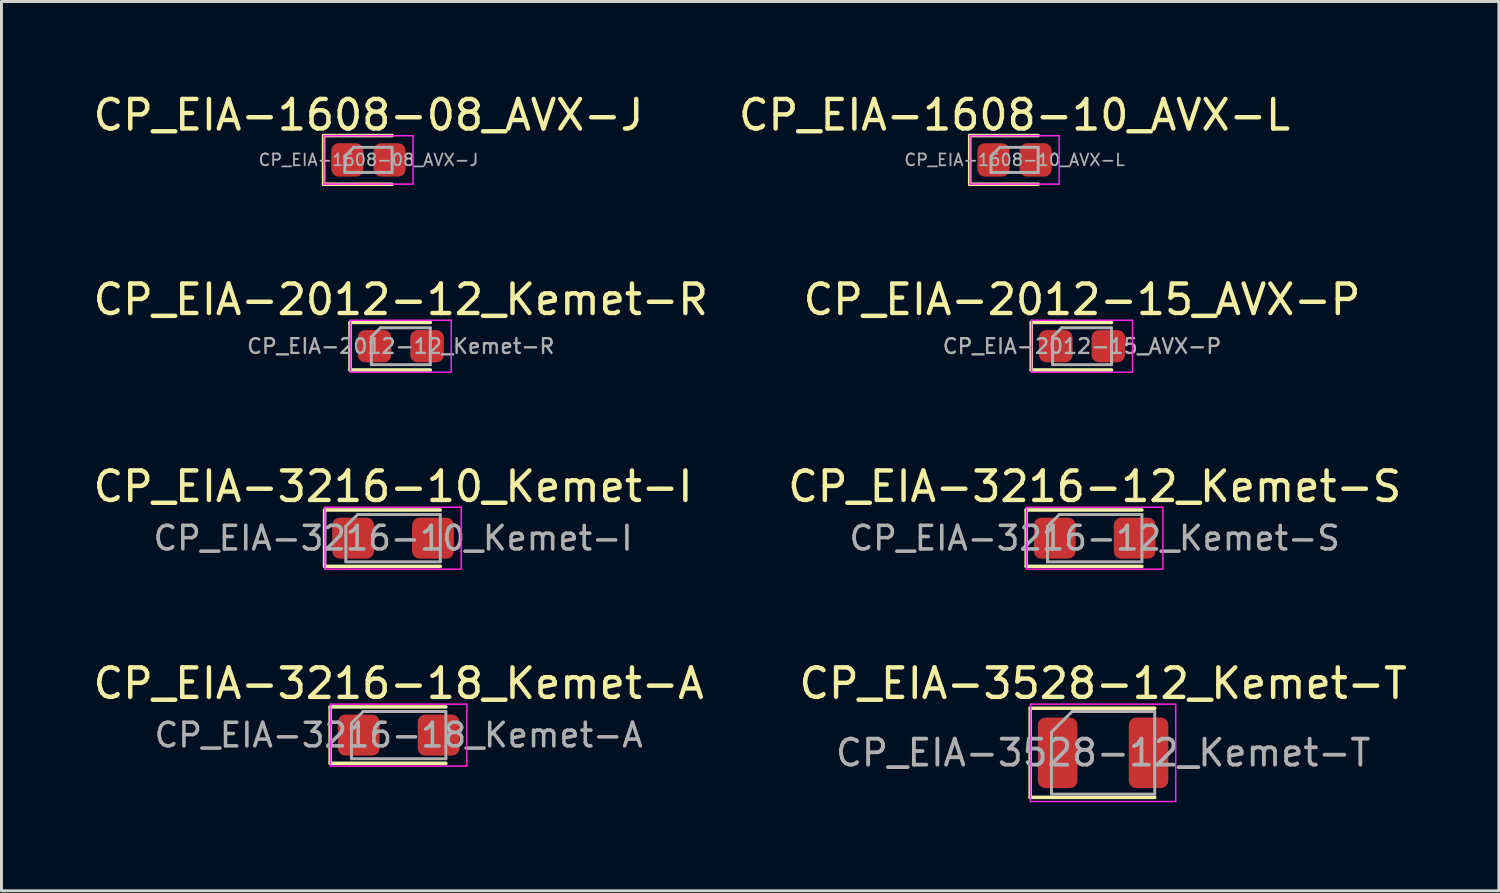
<source format=kicad_pcb>
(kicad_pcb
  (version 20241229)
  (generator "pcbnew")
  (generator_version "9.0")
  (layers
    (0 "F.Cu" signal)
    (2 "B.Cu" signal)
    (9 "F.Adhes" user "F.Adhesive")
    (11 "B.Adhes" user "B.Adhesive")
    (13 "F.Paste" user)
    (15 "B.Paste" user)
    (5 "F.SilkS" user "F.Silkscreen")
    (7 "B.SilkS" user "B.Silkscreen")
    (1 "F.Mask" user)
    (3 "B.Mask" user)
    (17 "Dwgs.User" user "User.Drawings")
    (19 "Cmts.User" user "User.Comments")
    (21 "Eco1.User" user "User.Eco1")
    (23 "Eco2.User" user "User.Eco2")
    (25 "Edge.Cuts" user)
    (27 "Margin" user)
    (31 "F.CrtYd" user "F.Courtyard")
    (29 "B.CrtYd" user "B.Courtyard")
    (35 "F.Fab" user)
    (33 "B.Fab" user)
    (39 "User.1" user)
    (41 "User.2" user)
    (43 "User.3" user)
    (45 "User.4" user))
  (footprint "CP_EIA-1608-10_AVX-L"
    (layer "F.Cu")
    (at 31.327 2.368)
    (property "Reference" "CP_EIA-1608-10_AVX-L" (at 0 -1.52 0) (layer "F.SilkS") (effects (font (size 1 1) (thickness 0.15))))
    (attr smd)
    (fp_line (start -1.52 -0.825) (end -1.52 0.825) (stroke (width 0.12) (type solid)) (layer "F.SilkS"))
    (fp_line (start -1.52 0.825) (end 0.8 0.825) (stroke (width 0.12) (type solid)) (layer "F.SilkS"))
    (fp_line (start 0.8 -0.825) (end -1.52 -0.825) (stroke (width 0.12) (type solid)) (layer "F.SilkS"))
    (fp_line (start -1.51 -0.82) (end 1.51 -0.82) (stroke (width 0.05) (type solid)) (layer "F.CrtYd"))
    (fp_line (start -1.51 0.82) (end -1.51 -0.82) (stroke (width 0.05) (type solid)) (layer "F.CrtYd"))
    (fp_line (start 1.51 -0.82) (end 1.51 0.82) (stroke (width 0.05) (type solid)) (layer "F.CrtYd"))
    (fp_line (start 1.51 0.82) (end -1.51 0.82) (stroke (width 0.05) (type solid)) (layer "F.CrtYd"))
    (fp_line (start -0.8 -0.125) (end -0.8 0.425) (stroke (width 0.1) (type solid)) (layer "F.Fab"))
    (fp_line (start -0.8 0.425) (end 0.8 0.425) (stroke (width 0.1) (type solid)) (layer "F.Fab"))
    (fp_line (start -0.5 -0.425) (end -0.8 -0.125) (stroke (width 0.1) (type solid)) (layer "F.Fab"))
    (fp_line (start 0.8 -0.425) (end -0.5 -0.425) (stroke (width 0.1) (type solid)) (layer "F.Fab"))
    (fp_line (start 0.8 0.425) (end 0.8 -0.425) (stroke (width 0.1) (type solid)) (layer "F.Fab"))
    (fp_text user "${REFERENCE}" (at 0 0 0) (layer "F.Fab") (effects (font (size 0.4 0.4) (thickness 0.06))))
    (pad "1" smd roundrect (at -0.715 0) (size 1.09 1.13) (layers "F.Cu" "F.Mask" "F.Paste") (roundrect_rratio 0.229))
    (pad "2" smd roundrect (at 0.715 0) (size 1.09 1.13) (layers "F.Cu" "F.Mask" "F.Paste") (roundrect_rratio 0.229)))
  (footprint "CP_EIA-3216-18_Kemet-A"
    (layer "F.Cu")
    (at 10.458 21.858)
    (property "Reference" "CP_EIA-3216-18_Kemet-A" (at 0 -1.75 0) (layer "F.SilkS") (effects (font (size 1 1) (thickness 0.15))))
    (attr smd)
    (fp_line (start -2.32 -0.955) (end -2.32 0.955) (stroke (width 0.12) (type solid)) (layer "F.SilkS"))
    (fp_line (start -2.32 0.955) (end 1.6 0.955) (stroke (width 0.12) (type solid)) (layer "F.SilkS"))
    (fp_line (start 1.6 -0.955) (end -2.32 -0.955) (stroke (width 0.12) (type solid)) (layer "F.SilkS"))
    (fp_line (start -2.31 -1.05) (end 2.31 -1.05) (stroke (width 0.05) (type solid)) (layer "F.CrtYd"))
    (fp_line (start -2.31 1.05) (end -2.31 -1.05) (stroke (width 0.05) (type solid)) (layer "F.CrtYd"))
    (fp_line (start 2.31 -1.05) (end 2.31 1.05) (stroke (width 0.05) (type solid)) (layer "F.CrtYd"))
    (fp_line (start 2.31 1.05) (end -2.31 1.05) (stroke (width 0.05) (type solid)) (layer "F.CrtYd"))
    (fp_line (start -1.6 -0.4) (end -1.6 0.8) (stroke (width 0.1) (type solid)) (layer "F.Fab"))
    (fp_line (start -1.6 0.8) (end 1.6 0.8) (stroke (width 0.1) (type solid)) (layer "F.Fab"))
    (fp_line (start -1.2 -0.8) (end -1.6 -0.4) (stroke (width 0.1) (type solid)) (layer "F.Fab"))
    (fp_line (start 1.6 -0.8) (end -1.2 -0.8) (stroke (width 0.1) (type solid)) (layer "F.Fab"))
    (fp_line (start 1.6 0.8) (end 1.6 -0.8) (stroke (width 0.1) (type solid)) (layer "F.Fab"))
    (fp_text user "${REFERENCE}" (at 0 0 0) (layer "F.Fab") (effects (font (size 0.8 0.8) (thickness 0.12))))
    (pad "1" smd roundrect (at -1.353 0) (size 1.415 1.39) (layers "F.Cu" "F.Mask" "F.Paste") (roundrect_rratio 0.18))
    (pad "2" smd roundrect (at 1.353 0) (size 1.415 1.39) (layers "F.Cu" "F.Mask" "F.Paste") (roundrect_rratio 0.18)))
  (footprint "CP_EIA-2012-12_Kemet-R"
    (layer "F.Cu")
    (at 10.53 8.681)
    (property "Reference" "CP_EIA-2012-12_Kemet-R" (at 0 -1.58 0) (layer "F.SilkS") (effects (font (size 1 1) (thickness 0.15))))
    (attr smd)
    (fp_line (start -1.72 -0.805) (end -1.72 0.805) (stroke (width 0.12) (type solid)) (layer "F.SilkS"))
    (fp_line (start -1.72 0.805) (end 1 0.805) (stroke (width 0.12) (type solid)) (layer "F.SilkS"))
    (fp_line (start 1 -0.805) (end -1.72 -0.805) (stroke (width 0.12) (type solid)) (layer "F.SilkS"))
    (fp_line (start -1.71 -0.88) (end 1.71 -0.88) (stroke (width 0.05) (type solid)) (layer "F.CrtYd"))
    (fp_line (start -1.71 0.88) (end -1.71 -0.88) (stroke (width 0.05) (type solid)) (layer "F.CrtYd"))
    (fp_line (start 1.71 -0.88) (end 1.71 0.88) (stroke (width 0.05) (type solid)) (layer "F.CrtYd"))
    (fp_line (start 1.71 0.88) (end -1.71 0.88) (stroke (width 0.05) (type solid)) (layer "F.CrtYd"))
    (fp_line (start -1 -0.312) (end -1 0.625) (stroke (width 0.1) (type solid)) (layer "F.Fab"))
    (fp_line (start -1 0.625) (end 1 0.625) (stroke (width 0.1) (type solid)) (layer "F.Fab"))
    (fp_line (start -0.688 -0.625) (end -1 -0.312) (stroke (width 0.1) (type solid)) (layer "F.Fab"))
    (fp_line (start 1 -0.625) (end -0.688 -0.625) (stroke (width 0.1) (type solid)) (layer "F.Fab"))
    (fp_line (start 1 0.625) (end 1 -0.625) (stroke (width 0.1) (type solid)) (layer "F.Fab"))
    (fp_text user "${REFERENCE}" (at 0 0 0) (layer "F.Fab") (effects (font (size 0.5 0.5) (thickness 0.08))))
    (pad "1" smd roundrect (at -0.89 0) (size 1.14 1.09) (layers "F.Cu" "F.Mask" "F.Paste") (roundrect_rratio 0.229))
    (pad "2" smd roundrect (at 0.89 0) (size 1.14 1.09) (layers "F.Cu" "F.Mask" "F.Paste") (roundrect_rratio 0.229)))
  (footprint "CP_EIA-3216-12_Kemet-S"
    (layer "F.Cu")
    (at 34.042 15.185)
    (property "Reference" "CP_EIA-3216-12_Kemet-S" (at 0 -1.75 0) (layer "F.SilkS") (effects (font (size 1 1) (thickness 0.15))))
    (attr smd)
    (fp_line (start -2.32 -0.955) (end -2.32 0.955) (stroke (width 0.12) (type solid)) (layer "F.SilkS"))
    (fp_line (start -2.32 0.955) (end 1.6 0.955) (stroke (width 0.12) (type solid)) (layer "F.SilkS"))
    (fp_line (start 1.6 -0.955) (end -2.32 -0.955) (stroke (width 0.12) (type solid)) (layer "F.SilkS"))
    (fp_line (start -2.31 -1.05) (end 2.31 -1.05) (stroke (width 0.05) (type solid)) (layer "F.CrtYd"))
    (fp_line (start -2.31 1.05) (end -2.31 -1.05) (stroke (width 0.05) (type solid)) (layer "F.CrtYd"))
    (fp_line (start 2.31 -1.05) (end 2.31 1.05) (stroke (width 0.05) (type solid)) (layer "F.CrtYd"))
    (fp_line (start 2.31 1.05) (end -2.31 1.05) (stroke (width 0.05) (type solid)) (layer "F.CrtYd"))
    (fp_line (start -1.6 -0.4) (end -1.6 0.8) (stroke (width 0.1) (type solid)) (layer "F.Fab"))
    (fp_line (start -1.6 0.8) (end 1.6 0.8) (stroke (width 0.1) (type solid)) (layer "F.Fab"))
    (fp_line (start -1.2 -0.8) (end -1.6 -0.4) (stroke (width 0.1) (type solid)) (layer "F.Fab"))
    (fp_line (start 1.6 -0.8) (end -1.2 -0.8) (stroke (width 0.1) (type solid)) (layer "F.Fab"))
    (fp_line (start 1.6 0.8) (end 1.6 -0.8) (stroke (width 0.1) (type solid)) (layer "F.Fab"))
    (fp_text user "${REFERENCE}" (at 0 0 0) (layer "F.Fab") (effects (font (size 0.8 0.8) (thickness 0.12))))
    (pad "1" smd roundrect (at -1.353 0) (size 1.415 1.39) (layers "F.Cu" "F.Mask" "F.Paste") (roundrect_rratio 0.18))
    (pad "2" smd roundrect (at 1.353 0) (size 1.415 1.39) (layers "F.Cu" "F.Mask" "F.Paste") (roundrect_rratio 0.18)))
  (footprint "CP_EIA-2012-15_AVX-P"
    (layer "F.Cu")
    (at 33.613 8.681)
    (property "Reference" "CP_EIA-2012-15_AVX-P" (at 0 -1.58 0) (layer "F.SilkS") (effects (font (size 1 1) (thickness 0.15))))
    (attr smd)
    (fp_line (start -1.72 -0.805) (end -1.72 0.805) (stroke (width 0.12) (type solid)) (layer "F.SilkS"))
    (fp_line (start -1.72 0.805) (end 1 0.805) (stroke (width 0.12) (type solid)) (layer "F.SilkS"))
    (fp_line (start 1 -0.805) (end -1.72 -0.805) (stroke (width 0.12) (type solid)) (layer "F.SilkS"))
    (fp_line (start -1.71 -0.88) (end 1.71 -0.88) (stroke (width 0.05) (type solid)) (layer "F.CrtYd"))
    (fp_line (start -1.71 0.88) (end -1.71 -0.88) (stroke (width 0.05) (type solid)) (layer "F.CrtYd"))
    (fp_line (start 1.71 -0.88) (end 1.71 0.88) (stroke (width 0.05) (type solid)) (layer "F.CrtYd"))
    (fp_line (start 1.71 0.88) (end -1.71 0.88) (stroke (width 0.05) (type solid)) (layer "F.CrtYd"))
    (fp_line (start -1 -0.312) (end -1 0.625) (stroke (width 0.1) (type solid)) (layer "F.Fab"))
    (fp_line (start -1 0.625) (end 1 0.625) (stroke (width 0.1) (type solid)) (layer "F.Fab"))
    (fp_line (start -0.688 -0.625) (end -1 -0.312) (stroke (width 0.1) (type solid)) (layer "F.Fab"))
    (fp_line (start 1 -0.625) (end -0.688 -0.625) (stroke (width 0.1) (type solid)) (layer "F.Fab"))
    (fp_line (start 1 0.625) (end 1 -0.625) (stroke (width 0.1) (type solid)) (layer "F.Fab"))
    (fp_text user "${REFERENCE}" (at 0 0 0) (layer "F.Fab") (effects (font (size 0.5 0.5) (thickness 0.08))))
    (pad "1" smd roundrect (at -0.89 0) (size 1.14 1.09) (layers "F.Cu" "F.Mask" "F.Paste") (roundrect_rratio 0.229))
    (pad "2" smd roundrect (at 0.89 0) (size 1.14 1.09) (layers "F.Cu" "F.Mask" "F.Paste") (roundrect_rratio 0.229)))
  (footprint "CP_EIA-3528-12_Kemet-T"
    (layer "F.Cu")
    (at 34.327 22.458)
    (property "Reference" "CP_EIA-3528-12_Kemet-T" (at 0 -2.35 0) (layer "F.SilkS") (effects (font (size 1 1) (thickness 0.15))))
    (attr smd)
    (fp_line (start -2.47 -1.51) (end -2.47 1.51) (stroke (width 0.12) (type solid)) (layer "F.SilkS"))
    (fp_line (start -2.47 1.51) (end 1.75 1.51) (stroke (width 0.12) (type solid)) (layer "F.SilkS"))
    (fp_line (start 1.75 -1.51) (end -2.47 -1.51) (stroke (width 0.12) (type solid)) (layer "F.SilkS"))
    (fp_line (start -2.46 -1.65) (end 2.46 -1.65) (stroke (width 0.05) (type solid)) (layer "F.CrtYd"))
    (fp_line (start -2.46 1.65) (end -2.46 -1.65) (stroke (width 0.05) (type solid)) (layer "F.CrtYd"))
    (fp_line (start 2.46 -1.65) (end 2.46 1.65) (stroke (width 0.05) (type solid)) (layer "F.CrtYd"))
    (fp_line (start 2.46 1.65) (end -2.46 1.65) (stroke (width 0.05) (type solid)) (layer "F.CrtYd"))
    (fp_line (start -1.75 -0.7) (end -1.75 1.4) (stroke (width 0.1) (type solid)) (layer "F.Fab"))
    (fp_line (start -1.75 1.4) (end 1.75 1.4) (stroke (width 0.1) (type solid)) (layer "F.Fab"))
    (fp_line (start -1.05 -1.4) (end -1.75 -0.7) (stroke (width 0.1) (type solid)) (layer "F.Fab"))
    (fp_line (start 1.75 -1.4) (end -1.05 -1.4) (stroke (width 0.1) (type solid)) (layer "F.Fab"))
    (fp_line (start 1.75 1.4) (end 1.75 -1.4) (stroke (width 0.1) (type solid)) (layer "F.Fab"))
    (fp_text user "${REFERENCE}" (at 0 0 0) (layer "F.Fab") (effects (font (size 0.88 0.88) (thickness 0.13))))
    (pad "1" smd roundrect (at -1.54 0) (size 1.34 2.39) (layers "F.Cu" "F.Mask" "F.Paste") (roundrect_rratio 0.187))
    (pad "2" smd roundrect (at 1.54 0) (size 1.34 2.39) (layers "F.Cu" "F.Mask" "F.Paste") (roundrect_rratio 0.187)))
  (footprint "CP_EIA-3216-10_Kemet-I"
    (layer "F.Cu")
    (at 10.268 15.185)
    (property "Reference" "CP_EIA-3216-10_Kemet-I" (at 0 -1.75 0) (layer "F.SilkS") (effects (font (size 1 1) (thickness 0.15))))
    (attr smd)
    (fp_line (start -2.32 -0.955) (end -2.32 0.955) (stroke (width 0.12) (type solid)) (layer "F.SilkS"))
    (fp_line (start -2.32 0.955) (end 1.6 0.955) (stroke (width 0.12) (type solid)) (layer "F.SilkS"))
    (fp_line (start 1.6 -0.955) (end -2.32 -0.955) (stroke (width 0.12) (type solid)) (layer "F.SilkS"))
    (fp_line (start -2.31 -1.05) (end 2.31 -1.05) (stroke (width 0.05) (type solid)) (layer "F.CrtYd"))
    (fp_line (start -2.31 1.05) (end -2.31 -1.05) (stroke (width 0.05) (type solid)) (layer "F.CrtYd"))
    (fp_line (start 2.31 -1.05) (end 2.31 1.05) (stroke (width 0.05) (type solid)) (layer "F.CrtYd"))
    (fp_line (start 2.31 1.05) (end -2.31 1.05) (stroke (width 0.05) (type solid)) (layer "F.CrtYd"))
    (fp_line (start -1.6 -0.4) (end -1.6 0.8) (stroke (width 0.1) (type solid)) (layer "F.Fab"))
    (fp_line (start -1.6 0.8) (end 1.6 0.8) (stroke (width 0.1) (type solid)) (layer "F.Fab"))
    (fp_line (start -1.2 -0.8) (end -1.6 -0.4) (stroke (width 0.1) (type solid)) (layer "F.Fab"))
    (fp_line (start 1.6 -0.8) (end -1.2 -0.8) (stroke (width 0.1) (type solid)) (layer "F.Fab"))
    (fp_line (start 1.6 0.8) (end 1.6 -0.8) (stroke (width 0.1) (type solid)) (layer "F.Fab"))
    (fp_text user "${REFERENCE}" (at 0 0 0) (layer "F.Fab") (effects (font (size 0.8 0.8) (thickness 0.12))))
    (pad "1" smd roundrect (at -1.353 0) (size 1.415 1.39) (layers "F.Cu" "F.Mask" "F.Paste") (roundrect_rratio 0.18))
    (pad "2" smd roundrect (at 1.353 0) (size 1.415 1.39) (layers "F.Cu" "F.Mask" "F.Paste") (roundrect_rratio 0.18)))
  (footprint "CP_EIA-1608-08_AVX-J"
    (layer "F.Cu")
    (at 9.435 2.368)
    (property "Reference" "CP_EIA-1608-08_AVX-J" (at 0 -1.52 0) (layer "F.SilkS") (effects (font (size 1 1) (thickness 0.15))))
    (attr smd)
    (fp_line (start -1.52 -0.825) (end -1.52 0.825) (stroke (width 0.12) (type solid)) (layer "F.SilkS"))
    (fp_line (start -1.52 0.825) (end 0.8 0.825) (stroke (width 0.12) (type solid)) (layer "F.SilkS"))
    (fp_line (start 0.8 -0.825) (end -1.52 -0.825) (stroke (width 0.12) (type solid)) (layer "F.SilkS"))
    (fp_line (start -1.51 -0.82) (end 1.51 -0.82) (stroke (width 0.05) (type solid)) (layer "F.CrtYd"))
    (fp_line (start -1.51 0.82) (end -1.51 -0.82) (stroke (width 0.05) (type solid)) (layer "F.CrtYd"))
    (fp_line (start 1.51 -0.82) (end 1.51 0.82) (stroke (width 0.05) (type solid)) (layer "F.CrtYd"))
    (fp_line (start 1.51 0.82) (end -1.51 0.82) (stroke (width 0.05) (type solid)) (layer "F.CrtYd"))
    (fp_line (start -0.8 -0.125) (end -0.8 0.425) (stroke (width 0.1) (type solid)) (layer "F.Fab"))
    (fp_line (start -0.8 0.425) (end 0.8 0.425) (stroke (width 0.1) (type solid)) (layer "F.Fab"))
    (fp_line (start -0.5 -0.425) (end -0.8 -0.125) (stroke (width 0.1) (type solid)) (layer "F.Fab"))
    (fp_line (start 0.8 -0.425) (end -0.5 -0.425) (stroke (width 0.1) (type solid)) (layer "F.Fab"))
    (fp_line (start 0.8 0.425) (end 0.8 -0.425) (stroke (width 0.1) (type solid)) (layer "F.Fab"))
    (fp_text user "${REFERENCE}" (at 0 0 0) (layer "F.Fab") (effects (font (size 0.4 0.4) (thickness 0.06))))
    (pad "1" smd roundrect (at -0.715 0) (size 1.09 1.13) (layers "F.Cu" "F.Mask" "F.Paste") (roundrect_rratio 0.229))
    (pad "2" smd roundrect (at 0.715 0) (size 1.09 1.13) (layers "F.Cu" "F.Mask" "F.Paste") (roundrect_rratio 0.229)))
  (gr_rect
    (start -3 -3)
    (end 47.738 27.133)
    (stroke (width 0.1) (type default))
    (fill no)
    (layer "Edge.Cuts")))
</source>
